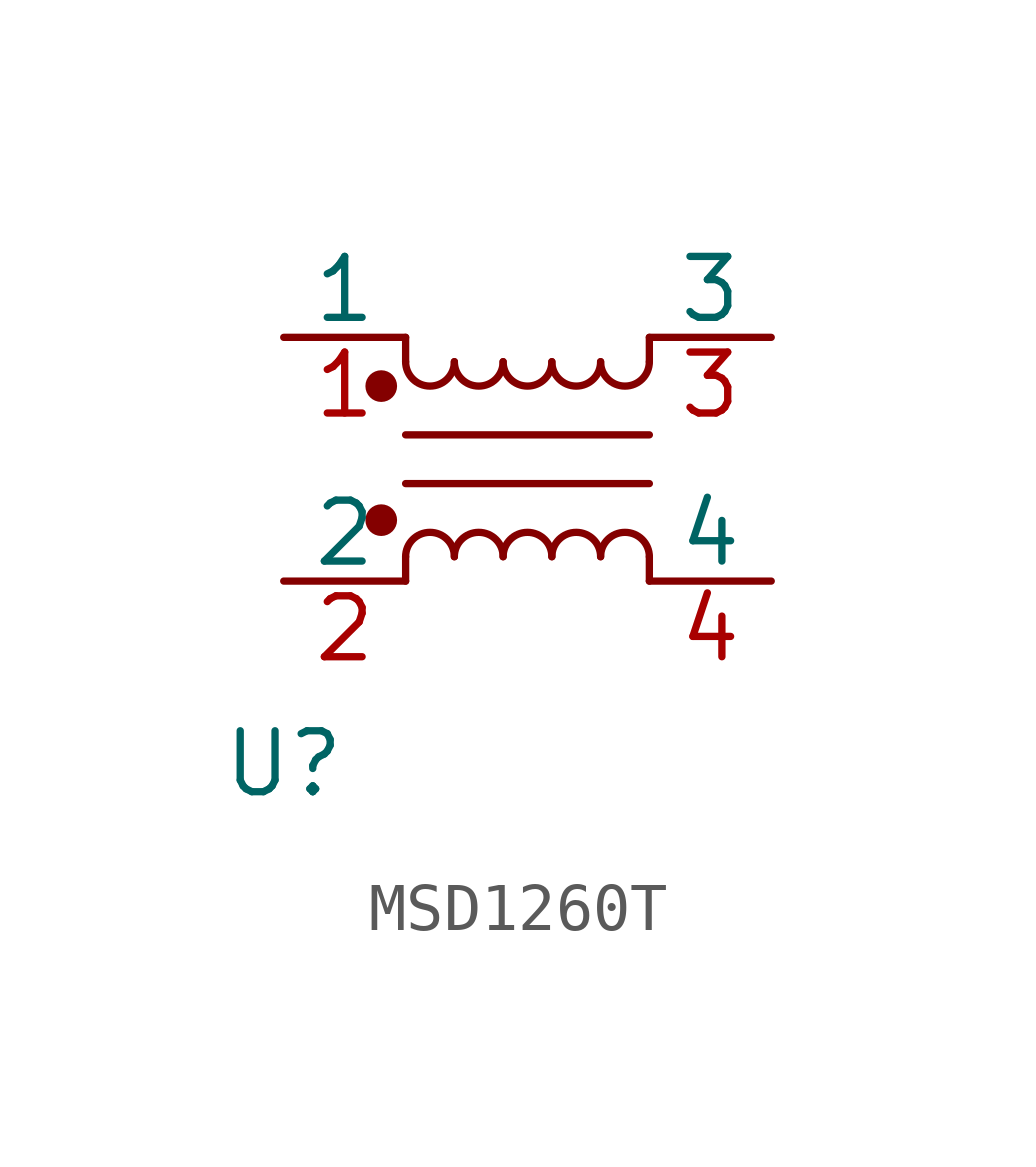
<source format=kicad_sym>
(kicad_symbol_lib
  (version 20220914)
  (generator kicad_symbol_editor)
  (symbol "MSD1260T"
    (pin_names
      (offset 0))
    (property "Reference" "U"
      (at 0 0 0)
      (effects (font (size 1.27 1.27))))
    (property "Value" ""
      (at 0 0 0)
      (effects (font (size 1.27 1.27))))
    (symbol "MSD1260T_1_1"
      (polyline (pts (xy 2.54 4.318) (xy 2.54 3.81)) (stroke (width 0) (type default)) (fill (type none)))
      (polyline (pts (xy 2.54 6.858) (xy 7.62 6.858)) (stroke (width 0) (type default)) (fill (type none)))
      (polyline (pts (xy 2.54 8.382) (xy 2.54 8.89)) (stroke (width 0) (type default)) (fill (type none)))
      (polyline (pts (xy 7.62 4.318) (xy 7.62 3.81)) (stroke (width 0) (type default)) (fill (type none)))
      (polyline (pts (xy 7.62 5.842) (xy 2.54 5.842)) (stroke (width 0) (type default)) (fill (type none)))
      (polyline (pts (xy 7.62 8.89) (xy 7.62 8.382)) (stroke (width 0) (type default)) (fill (type none)))
      (circle (center 2.032 5.08) (radius 0.254) (stroke (width 0) (type default)) (fill (type outline)))
      (circle (center 2.032 7.874) (radius 0.254) (stroke (width 0) (type default)) (fill (type outline)))
      (arc (start 2.54 8.382) (mid 3.048 7.8762) (end 3.556 8.382) (stroke (width 0) (type default)) (fill (type none)))
      (arc (start 3.556 4.318) (mid 3.048 4.8238) (end 2.54 4.318) (stroke (width 0) (type default)) (fill (type none)))
      (arc (start 3.556 8.382) (mid 4.064 7.8762) (end 4.572 8.382) (stroke (width 0) (type default)) (fill (type none)))
      (arc (start 4.572 4.318) (mid 4.064 4.8238) (end 3.556 4.318) (stroke (width 0) (type default)) (fill (type none)))
      (arc (start 4.572 8.382) (mid 5.08 7.8762) (end 5.588 8.382) (stroke (width 0) (type default)) (fill (type none)))
      (arc (start 5.588 4.318) (mid 5.08 4.8238) (end 4.572 4.318) (stroke (width 0) (type default)) (fill (type none)))
      (arc (start 5.588 8.382) (mid 6.096 7.8762) (end 6.604 8.382) (stroke (width 0) (type default)) (fill (type none)))
      (arc (start 6.604 4.318) (mid 6.096 4.8238) (end 5.588 4.318) (stroke (width 0) (type default)) (fill (type none)))
      (arc (start 6.604 8.382) (mid 7.112 7.8762) (end 7.62 8.382) (stroke (width 0) (type default)) (fill (type none)))
      (arc (start 7.62 4.318) (mid 7.112 4.8238) (end 6.604 4.318) (stroke (width 0) (type default)) (fill (type none)))
      (pin passive line (at 0 8.89 0) (length 2.54) (name "1" (effects (font (size 1.27 1.27)))) (number "1" (effects (font (size 1.27 1.27)))))
      (pin passive line (at 0 3.81 0) (length 2.54) (name "2" (effects (font (size 1.27 1.27)))) (number "2" (effects (font (size 1.27 1.27)))))
      (pin passive line (at 10.16 8.89 180) (length 2.54) (name "3" (effects (font (size 1.27 1.27)))) (number "3" (effects (font (size 1.27 1.27)))))
      (pin passive line (at 10.16 3.81 180) (length 2.54) (name "4" (effects (font (size 1.27 1.27)))) (number "4" (effects (font (size 1.27 1.27))))))))
</source>
